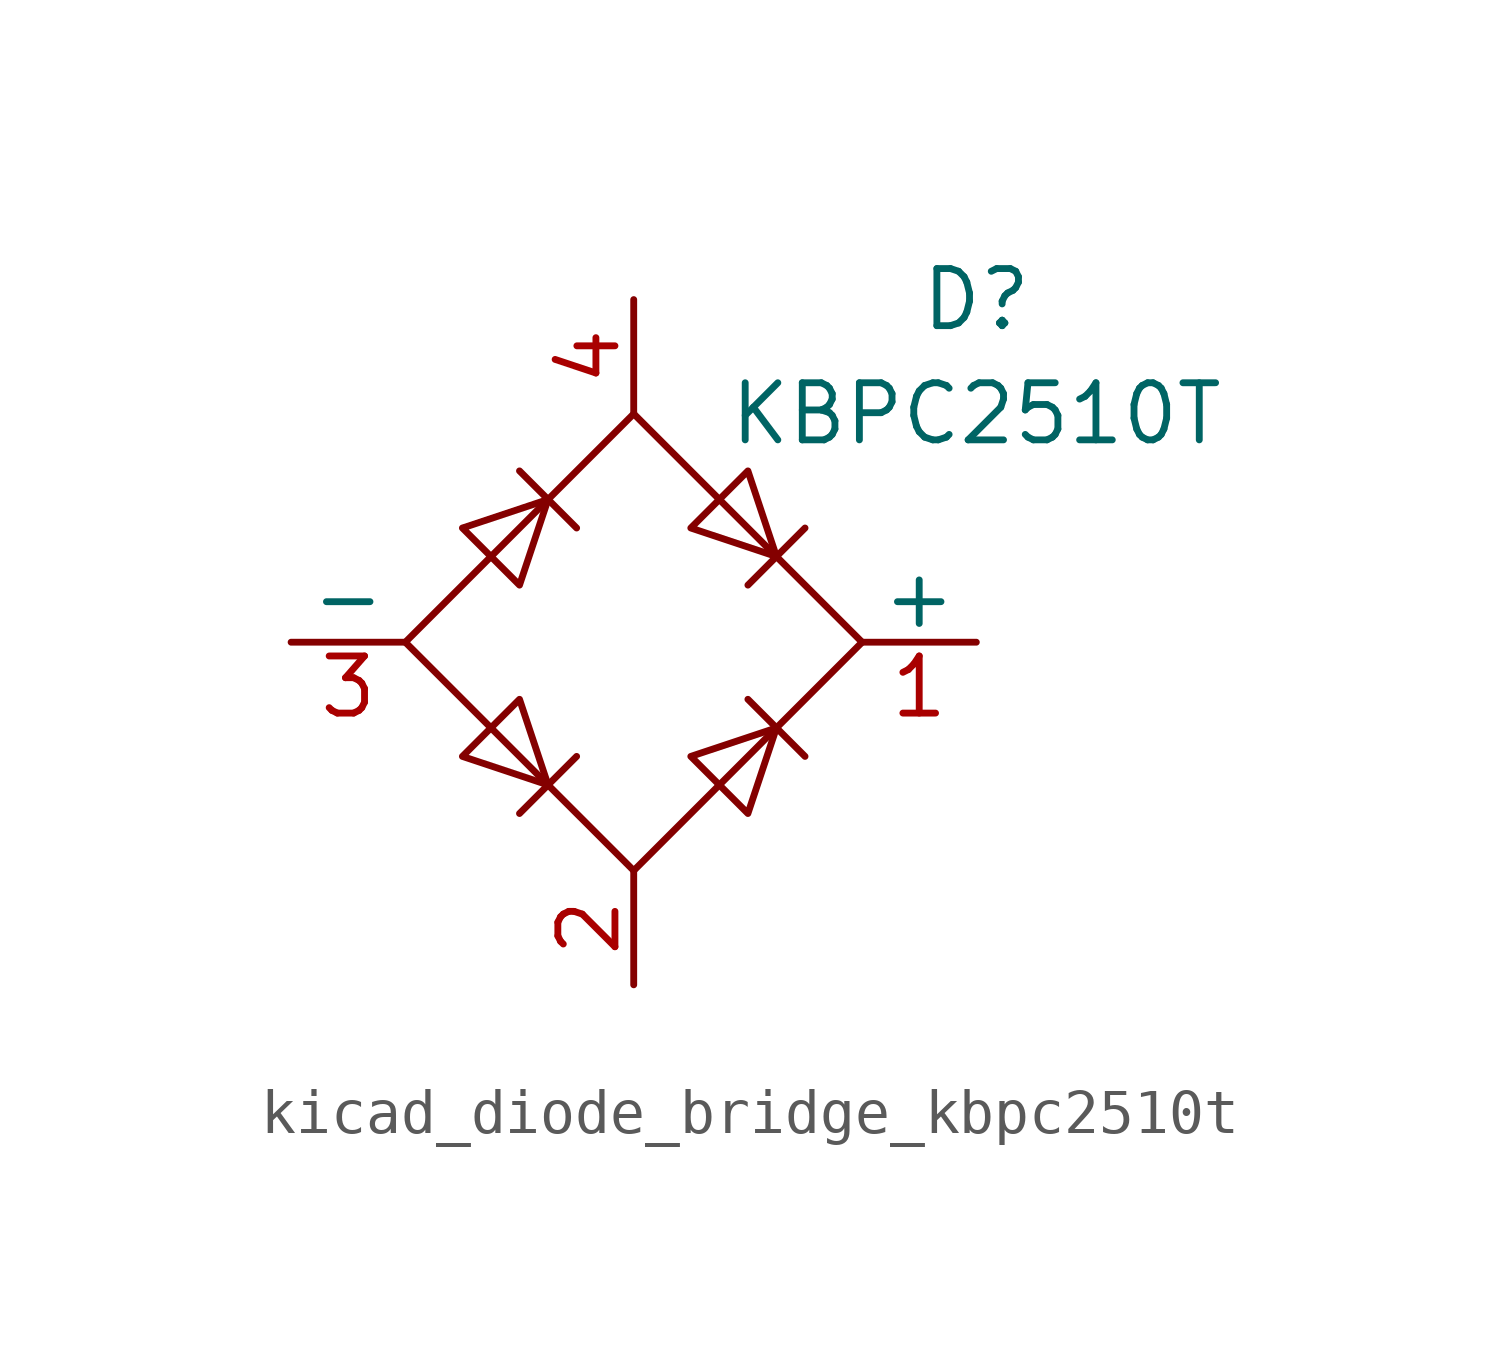
<source format=kicad_sym>
(kicad_symbol_lib
  (version 20220914)
  (generator kicad_symbol_editor)
  (symbol "kicad_diode_bridge_kbpc2510t"
    (pin_names
      (offset 0))
    (property "Reference" "D"
      (at 7.62 7.62 0)
      (effects (font (size 1.27 1.27))))
    (property "Value" "KBPC2510T"
      (at 7.62 5.08 0)
      (effects (font (size 1.27 1.27))))
    (symbol "kicad_diode_bridge_kbpc2510t_0_1"
      (polyline (pts (xy -2.54 3.81) (xy -1.27 2.54)) (stroke (width 0) (type default)) (fill (type none)))
      (polyline (pts (xy -1.27 -2.54) (xy -2.54 -3.81)) (stroke (width 0) (type default)) (fill (type none)))
      (polyline (pts (xy 2.54 -1.27) (xy 3.81 -2.54)) (stroke (width 0) (type default)) (fill (type none)))
      (polyline (pts (xy 2.54 1.27) (xy 3.81 2.54)) (stroke (width 0) (type default)) (fill (type none)))
      (polyline (pts (xy -3.81 2.54) (xy -2.54 1.27) (xy -1.905 3.175) (xy -3.81 2.54)) (stroke (width 0) (type default)) (fill (type none)))
      (polyline (pts (xy -2.54 -1.27) (xy -3.81 -2.54) (xy -1.905 -3.175) (xy -2.54 -1.27)) (stroke (width 0) (type default)) (fill (type none)))
      (polyline (pts (xy 1.27 2.54) (xy 2.54 3.81) (xy 3.175 1.905) (xy 1.27 2.54)) (stroke (width 0) (type default)) (fill (type none)))
      (polyline (pts (xy 3.175 -1.905) (xy 1.27 -2.54) (xy 2.54 -3.81) (xy 3.175 -1.905)) (stroke (width 0) (type default)) (fill (type none)))
      (polyline (pts (xy -5.08 0) (xy 0 -5.08) (xy 5.08 0) (xy 0 5.08) (xy -5.08 0)) (stroke (width 0) (type default)) (fill (type none))))
    (symbol "kicad_diode_bridge_kbpc2510t_1_1"
      (pin passive line (at 7.62 0 180) (length 2.54) (name "+" (effects (font (size 1.27 1.27)))) (number "1" (effects (font (size 1.27 1.27)))))
      (pin passive line (at 0 -7.62 90) (length 2.54) (name "~" (effects (font (size 1.27 1.27)))) (number "2" (effects (font (size 1.27 1.27)))))
      (pin passive line (at -7.62 0 0) (length 2.54) (name "-" (effects (font (size 1.27 1.27)))) (number "3" (effects (font (size 1.27 1.27)))))
      (pin passive line (at 0 7.62 270) (length 2.54) (name "~" (effects (font (size 1.27 1.27)))) (number "4" (effects (font (size 1.27 1.27))))))))
</source>
